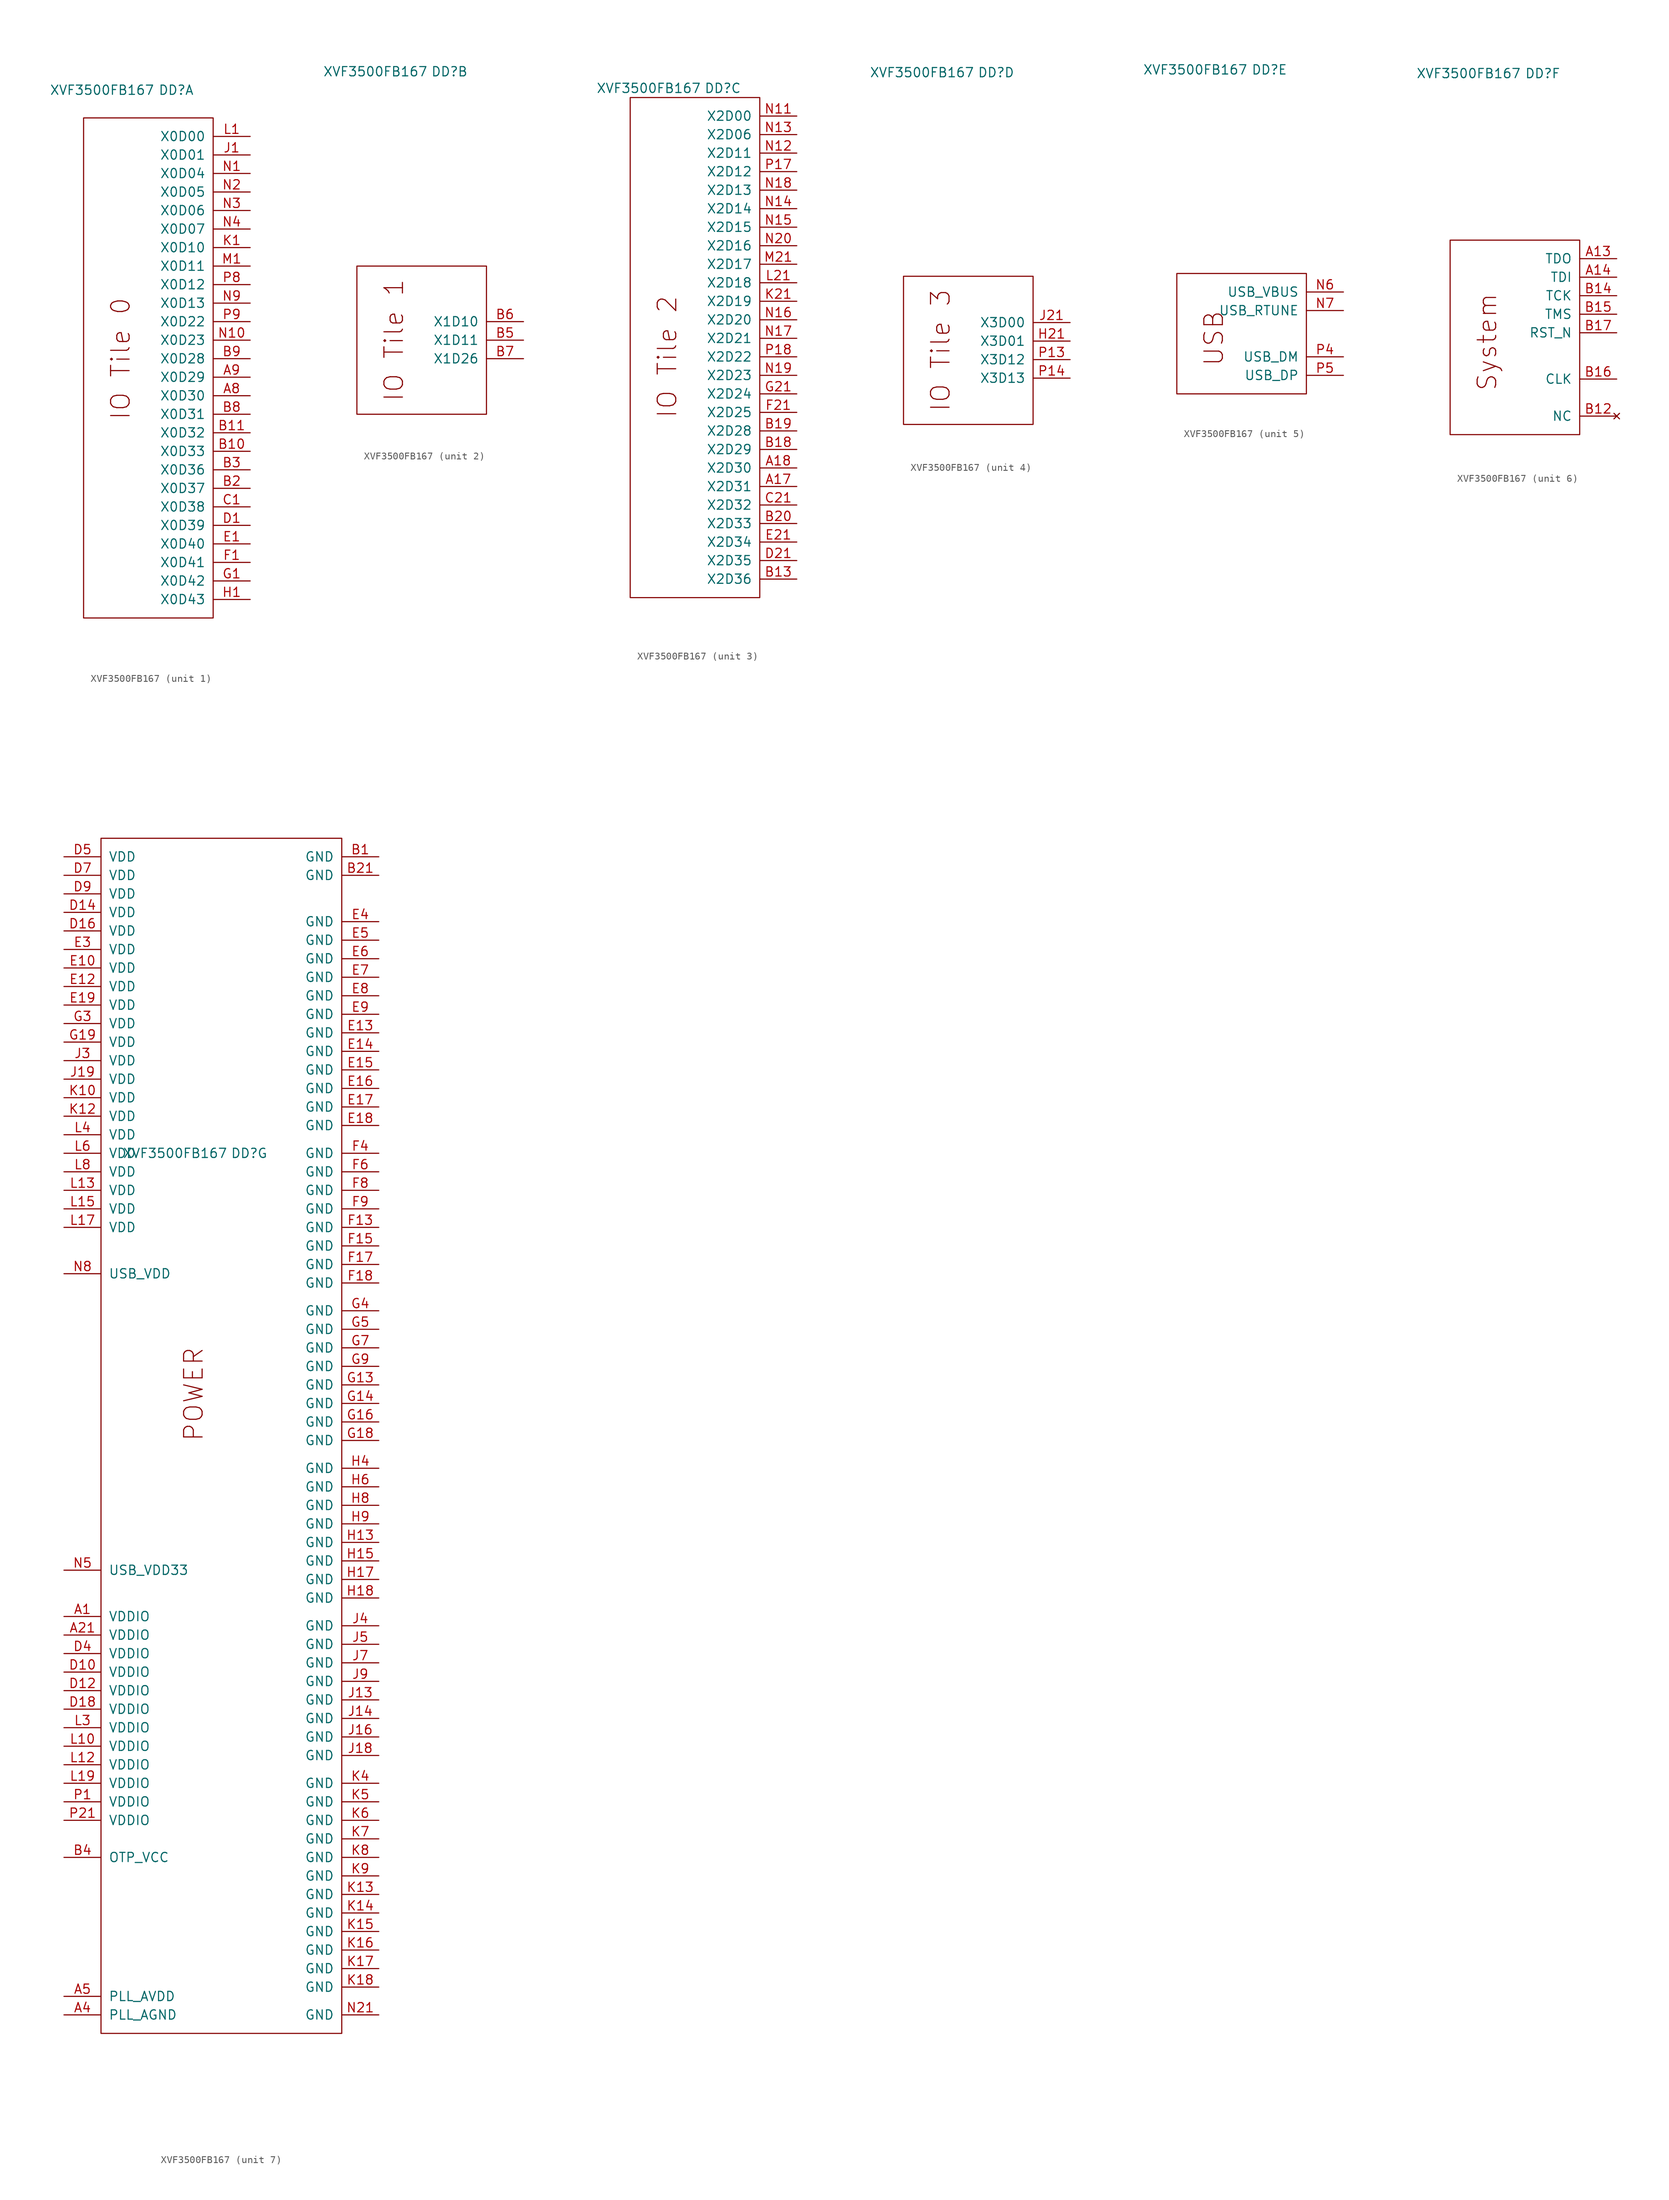
<source format=kicad_sym>
(kicad_symbol_lib
  (version 20231120)
  (generator "kicad_symbol_editor")
  (generator_version "8.0")
  (symbol "XVF3500FB167"
    (pin_names
      (offset 1.016))
    (property "Reference" "DD"
      (at 3.81 36.83 0)
      (effects (font (size 1.27 1.27))))
    (property "Value" "XVF3500FB167"
      (at -6.35 36.83 0)
      (effects (font (size 1.27 1.27))))
    (property "ki_locked" ""
      (at 0 0 0)
      (effects (font (size 1.27 1.27))))
    (symbol "XVF3500FB167_1_0"
      (text "IO Tile 0" (at -3.81 0 900) (effects (font (size 2.54 2.54)))))
    (symbol "XVF3500FB167_1_1"
      (rectangle (start 8.89 33.02) (end -8.89 -35.56) (stroke (width 0) (type default)) (fill (type none)))
      (pin passive line (at 13.97 -5.08 180) (length 5.08) (name "X0D30" (effects (font (size 1.27 1.27)))) (number "A8" (effects (font (size 1.27 1.27)))))
      (pin passive line (at 13.97 -2.54 180) (length 5.08) (name "X0D29" (effects (font (size 1.27 1.27)))) (number "A9" (effects (font (size 1.27 1.27)))))
      (pin passive line (at 13.97 -12.7 180) (length 5.08) (name "X0D33" (effects (font (size 1.27 1.27)))) (number "B10" (effects (font (size 1.27 1.27)))))
      (pin passive line (at 13.97 -10.16 180) (length 5.08) (name "X0D32" (effects (font (size 1.27 1.27)))) (number "B11" (effects (font (size 1.27 1.27)))))
      (pin passive line (at 13.97 -17.78 180) (length 5.08) (name "X0D37" (effects (font (size 1.27 1.27)))) (number "B2" (effects (font (size 1.27 1.27)))))
      (pin passive line (at 13.97 -15.24 180) (length 5.08) (name "X0D36" (effects (font (size 1.27 1.27)))) (number "B3" (effects (font (size 1.27 1.27)))))
      (pin passive line (at 13.97 -7.62 180) (length 5.08) (name "X0D31" (effects (font (size 1.27 1.27)))) (number "B8" (effects (font (size 1.27 1.27)))))
      (pin passive line (at 13.97 0 180) (length 5.08) (name "X0D28" (effects (font (size 1.27 1.27)))) (number "B9" (effects (font (size 1.27 1.27)))))
      (pin passive line (at 13.97 -20.32 180) (length 5.08) (name "X0D38" (effects (font (size 1.27 1.27)))) (number "C1" (effects (font (size 1.27 1.27)))))
      (pin passive line (at 13.97 -22.86 180) (length 5.08) (name "X0D39" (effects (font (size 1.27 1.27)))) (number "D1" (effects (font (size 1.27 1.27)))))
      (pin passive line (at 13.97 -25.4 180) (length 5.08) (name "X0D40" (effects (font (size 1.27 1.27)))) (number "E1" (effects (font (size 1.27 1.27)))))
      (pin passive line (at 13.97 -27.94 180) (length 5.08) (name "X0D41" (effects (font (size 1.27 1.27)))) (number "F1" (effects (font (size 1.27 1.27)))))
      (pin passive line (at 13.97 -30.48 180) (length 5.08) (name "X0D42" (effects (font (size 1.27 1.27)))) (number "G1" (effects (font (size 1.27 1.27)))))
      (pin passive line (at 13.97 -33.02 180) (length 5.08) (name "X0D43" (effects (font (size 1.27 1.27)))) (number "H1" (effects (font (size 1.27 1.27)))))
      (pin passive line (at 13.97 27.94 180) (length 5.08) (name "X0D01" (effects (font (size 1.27 1.27)))) (number "J1" (effects (font (size 1.27 1.27)))))
      (pin passive line (at 13.97 15.24 180) (length 5.08) (name "X0D10" (effects (font (size 1.27 1.27)))) (number "K1" (effects (font (size 1.27 1.27)))))
      (pin passive line (at 13.97 30.48 180) (length 5.08) (name "X0D00" (effects (font (size 1.27 1.27)))) (number "L1" (effects (font (size 1.27 1.27)))))
      (pin passive line (at 13.97 12.7 180) (length 5.08) (name "X0D11" (effects (font (size 1.27 1.27)))) (number "M1" (effects (font (size 1.27 1.27)))))
      (pin passive line (at 13.97 25.4 180) (length 5.08) (name "X0D04" (effects (font (size 1.27 1.27)))) (number "N1" (effects (font (size 1.27 1.27)))))
      (pin passive line (at 13.97 2.54 180) (length 5.08) (name "X0D23" (effects (font (size 1.27 1.27)))) (number "N10" (effects (font (size 1.27 1.27)))))
      (pin passive line (at 13.97 22.86 180) (length 5.08) (name "X0D05" (effects (font (size 1.27 1.27)))) (number "N2" (effects (font (size 1.27 1.27)))))
      (pin passive line (at 13.97 20.32 180) (length 5.08) (name "X0D06" (effects (font (size 1.27 1.27)))) (number "N3" (effects (font (size 1.27 1.27)))))
      (pin passive line (at 13.97 17.78 180) (length 5.08) (name "X0D07" (effects (font (size 1.27 1.27)))) (number "N4" (effects (font (size 1.27 1.27)))))
      (pin passive line (at 13.97 7.62 180) (length 5.08) (name "X0D13" (effects (font (size 1.27 1.27)))) (number "N9" (effects (font (size 1.27 1.27)))))
      (pin passive line (at 13.97 10.16 180) (length 5.08) (name "X0D12" (effects (font (size 1.27 1.27)))) (number "P8" (effects (font (size 1.27 1.27)))))
      (pin passive line (at 13.97 5.08 180) (length 5.08) (name "X0D22" (effects (font (size 1.27 1.27)))) (number "P9" (effects (font (size 1.27 1.27))))))
    (symbol "XVF3500FB167_2_1"
      (rectangle (start -8.89 10.16) (end 8.89 -10.16) (stroke (width 0) (type default)) (fill (type none)))
      (text "IO Tile 1" (at -3.81 0 900) (effects (font (size 2.54 2.54))))
      (pin passive line (at 13.97 0 180) (length 5.08) (name "X1D11" (effects (font (size 1.27 1.27)))) (number "B5" (effects (font (size 1.27 1.27)))))
      (pin passive line (at 13.97 2.54 180) (length 5.08) (name "X1D10" (effects (font (size 1.27 1.27)))) (number "B6" (effects (font (size 1.27 1.27)))))
      (pin passive line (at 13.97 -2.54 180) (length 5.08) (name "X1D26" (effects (font (size 1.27 1.27)))) (number "B7" (effects (font (size 1.27 1.27))))))
    (symbol "XVF3500FB167_3_1"
      (rectangle (start 8.89 35.56) (end -8.89 -33.02) (stroke (width 0) (type default)) (fill (type none)))
      (text "IO Tile 2" (at -3.81 0 900) (effects (font (size 2.54 2.54))))
      (pin passive line (at 13.97 -17.78 180) (length 5.08) (name "X2D31" (effects (font (size 1.27 1.27)))) (number "A17" (effects (font (size 1.27 1.27)))))
      (pin passive line (at 13.97 -15.24 180) (length 5.08) (name "X2D30" (effects (font (size 1.27 1.27)))) (number "A18" (effects (font (size 1.27 1.27)))))
      (pin passive line (at 13.97 -30.48 180) (length 5.08) (name "X2D36" (effects (font (size 1.27 1.27)))) (number "B13" (effects (font (size 1.27 1.27)))))
      (pin passive line (at 13.97 -12.7 180) (length 5.08) (name "X2D29" (effects (font (size 1.27 1.27)))) (number "B18" (effects (font (size 1.27 1.27)))))
      (pin passive line (at 13.97 -10.16 180) (length 5.08) (name "X2D28" (effects (font (size 1.27 1.27)))) (number "B19" (effects (font (size 1.27 1.27)))))
      (pin passive line (at 13.97 -22.86 180) (length 5.08) (name "X2D33" (effects (font (size 1.27 1.27)))) (number "B20" (effects (font (size 1.27 1.27)))))
      (pin passive line (at 13.97 -20.32 180) (length 5.08) (name "X2D32" (effects (font (size 1.27 1.27)))) (number "C21" (effects (font (size 1.27 1.27)))))
      (pin passive line (at 13.97 -27.94 180) (length 5.08) (name "X2D35" (effects (font (size 1.27 1.27)))) (number "D21" (effects (font (size 1.27 1.27)))))
      (pin passive line (at 13.97 -25.4 180) (length 5.08) (name "X2D34" (effects (font (size 1.27 1.27)))) (number "E21" (effects (font (size 1.27 1.27)))))
      (pin passive line (at 13.97 -7.62 180) (length 5.08) (name "X2D25" (effects (font (size 1.27 1.27)))) (number "F21" (effects (font (size 1.27 1.27)))))
      (pin passive line (at 13.97 -5.08 180) (length 5.08) (name "X2D24" (effects (font (size 1.27 1.27)))) (number "G21" (effects (font (size 1.27 1.27)))))
      (pin passive line (at 13.97 7.62 180) (length 5.08) (name "X2D19" (effects (font (size 1.27 1.27)))) (number "K21" (effects (font (size 1.27 1.27)))))
      (pin passive line (at 13.97 10.16 180) (length 5.08) (name "X2D18" (effects (font (size 1.27 1.27)))) (number "L21" (effects (font (size 1.27 1.27)))))
      (pin passive line (at 13.97 12.7 180) (length 5.08) (name "X2D17" (effects (font (size 1.27 1.27)))) (number "M21" (effects (font (size 1.27 1.27)))))
      (pin passive line (at 13.97 33.02 180) (length 5.08) (name "X2D00" (effects (font (size 1.27 1.27)))) (number "N11" (effects (font (size 1.27 1.27)))))
      (pin passive line (at 13.97 27.94 180) (length 5.08) (name "X2D11" (effects (font (size 1.27 1.27)))) (number "N12" (effects (font (size 1.27 1.27)))))
      (pin passive line (at 13.97 30.48 180) (length 5.08) (name "X2D06" (effects (font (size 1.27 1.27)))) (number "N13" (effects (font (size 1.27 1.27)))))
      (pin passive line (at 13.97 20.32 180) (length 5.08) (name "X2D14" (effects (font (size 1.27 1.27)))) (number "N14" (effects (font (size 1.27 1.27)))))
      (pin passive line (at 13.97 17.78 180) (length 5.08) (name "X2D15" (effects (font (size 1.27 1.27)))) (number "N15" (effects (font (size 1.27 1.27)))))
      (pin passive line (at 13.97 5.08 180) (length 5.08) (name "X2D20" (effects (font (size 1.27 1.27)))) (number "N16" (effects (font (size 1.27 1.27)))))
      (pin passive line (at 13.97 2.54 180) (length 5.08) (name "X2D21" (effects (font (size 1.27 1.27)))) (number "N17" (effects (font (size 1.27 1.27)))))
      (pin passive line (at 13.97 22.86 180) (length 5.08) (name "X2D13" (effects (font (size 1.27 1.27)))) (number "N18" (effects (font (size 1.27 1.27)))))
      (pin passive line (at 13.97 -2.54 180) (length 5.08) (name "X2D23" (effects (font (size 1.27 1.27)))) (number "N19" (effects (font (size 1.27 1.27)))))
      (pin passive line (at 13.97 15.24 180) (length 5.08) (name "X2D16" (effects (font (size 1.27 1.27)))) (number "N20" (effects (font (size 1.27 1.27)))))
      (pin passive line (at 13.97 25.4 180) (length 5.08) (name "X2D12" (effects (font (size 1.27 1.27)))) (number "P17" (effects (font (size 1.27 1.27)))))
      (pin passive line (at 13.97 0 180) (length 5.08) (name "X2D22" (effects (font (size 1.27 1.27)))) (number "P18" (effects (font (size 1.27 1.27))))))
    (symbol "XVF3500FB167_4_1"
      (rectangle (start -8.89 8.89) (end 8.89 -11.43) (stroke (width 0) (type default)) (fill (type none)))
      (text "IO Tile 3" (at -3.81 -1.27 900) (effects (font (size 2.54 2.54))))
      (pin passive line (at 13.97 0 180) (length 5.08) (name "X3D01" (effects (font (size 1.27 1.27)))) (number "H21" (effects (font (size 1.27 1.27)))))
      (pin passive line (at 13.97 2.54 180) (length 5.08) (name "X3D00" (effects (font (size 1.27 1.27)))) (number "J21" (effects (font (size 1.27 1.27)))))
      (pin passive line (at 13.97 -2.54 180) (length 5.08) (name "X3D12" (effects (font (size 1.27 1.27)))) (number "P13" (effects (font (size 1.27 1.27)))))
      (pin passive line (at 13.97 -5.08 180) (length 5.08) (name "X3D13" (effects (font (size 1.27 1.27)))) (number "P14" (effects (font (size 1.27 1.27))))))
    (symbol "XVF3500FB167_5_1"
      (rectangle (start -8.89 8.89) (end 8.89 -7.62) (stroke (width 0) (type default)) (fill (type none)))
      (text "USB" (at -3.81 0 900) (effects (font (size 2.54 2.54))))
      (pin passive line (at 13.97 6.35 180) (length 5.08) (name "USB_VBUS" (effects (font (size 1.27 1.27)))) (number "N6" (effects (font (size 1.27 1.27)))))
      (pin passive line (at 13.97 3.81 180) (length 5.08) (name "USB_RTUNE" (effects (font (size 1.27 1.27)))) (number "N7" (effects (font (size 1.27 1.27)))))
      (pin passive line (at 13.97 -2.54 180) (length 5.08) (name "USB_DM" (effects (font (size 1.27 1.27)))) (number "P4" (effects (font (size 1.27 1.27)))))
      (pin passive line (at 13.97 -5.08 180) (length 5.08) (name "USB_DP" (effects (font (size 1.27 1.27)))) (number "P5" (effects (font (size 1.27 1.27))))))
    (symbol "XVF3500FB167_6_0"
      (rectangle (start 8.89 13.97) (end -8.89 -12.7) (stroke (width 0) (type default)) (fill (type none)))
      (text "System" (at -3.81 0 900) (effects (font (size 2.54 2.54)))))
    (symbol "XVF3500FB167_6_1"
      (pin passive line (at 13.97 11.43 180) (length 5.08) (name "TDO" (effects (font (size 1.27 1.27)))) (number "A13" (effects (font (size 1.27 1.27)))))
      (pin passive line (at 13.97 8.89 180) (length 5.08) (name "TDI" (effects (font (size 1.27 1.27)))) (number "A14" (effects (font (size 1.27 1.27)))))
      (pin no_connect line (at 13.97 -10.16 180) (length 5.08) (name "NC" (effects (font (size 1.27 1.27)))) (number "B12" (effects (font (size 1.27 1.27)))))
      (pin passive line (at 13.97 6.35 180) (length 5.08) (name "TCK" (effects (font (size 1.27 1.27)))) (number "B14" (effects (font (size 1.27 1.27)))))
      (pin passive line (at 13.97 3.81 180) (length 5.08) (name "TMS" (effects (font (size 1.27 1.27)))) (number "B15" (effects (font (size 1.27 1.27)))))
      (pin passive line (at 13.97 -5.08 180) (length 5.08) (name "CLK" (effects (font (size 1.27 1.27)))) (number "B16" (effects (font (size 1.27 1.27)))))
      (pin passive line (at 13.97 1.27 180) (length 5.08) (name "RST_N" (effects (font (size 1.27 1.27)))) (number "B17" (effects (font (size 1.27 1.27))))))
    (symbol "XVF3500FB167_7_0"
      (text "POWER" (at -3.81 3.81 900) (effects (font (size 2.54 2.54)))))
    (symbol "XVF3500FB167_7_1"
      (rectangle (start 16.51 80.01) (end -16.51 -83.82) (stroke (width 0) (type default)) (fill (type none)))
      (pin power_in line (at -21.59 -26.67 0) (length 5.08) (name "VDDIO" (effects (font (size 1.27 1.27)))) (number "A1" (effects (font (size 1.27 1.27)))))
      (pin power_in line (at -21.59 -29.21 0) (length 5.08) (name "VDDIO" (effects (font (size 1.27 1.27)))) (number "A21" (effects (font (size 1.27 1.27)))))
      (pin power_in line (at -21.59 -81.28 0) (length 5.08) (name "PLL_AGND" (effects (font (size 1.27 1.27)))) (number "A4" (effects (font (size 1.27 1.27)))))
      (pin power_in line (at -21.59 -78.74 0) (length 5.08) (name "PLL_AVDD" (effects (font (size 1.27 1.27)))) (number "A5" (effects (font (size 1.27 1.27)))))
      (pin power_in line (at 21.59 77.47 180) (length 5.08) (name "GND" (effects (font (size 1.27 1.27)))) (number "B1" (effects (font (size 1.27 1.27)))))
      (pin power_in line (at 21.59 74.93 180) (length 5.08) (name "GND" (effects (font (size 1.27 1.27)))) (number "B21" (effects (font (size 1.27 1.27)))))
      (pin power_in line (at -21.59 -59.69 0) (length 5.08) (name "OTP_VCC" (effects (font (size 1.27 1.27)))) (number "B4" (effects (font (size 1.27 1.27)))))
      (pin power_in line (at -21.59 -34.29 0) (length 5.08) (name "VDDIO" (effects (font (size 1.27 1.27)))) (number "D10" (effects (font (size 1.27 1.27)))))
      (pin power_in line (at -21.59 -36.83 0) (length 5.08) (name "VDDIO" (effects (font (size 1.27 1.27)))) (number "D12" (effects (font (size 1.27 1.27)))))
      (pin power_in line (at -21.59 69.85 0) (length 5.08) (name "VDD" (effects (font (size 1.27 1.27)))) (number "D14" (effects (font (size 1.27 1.27)))))
      (pin power_in line (at -21.59 67.31 0) (length 5.08) (name "VDD" (effects (font (size 1.27 1.27)))) (number "D16" (effects (font (size 1.27 1.27)))))
      (pin power_in line (at -21.59 -39.37 0) (length 5.08) (name "VDDIO" (effects (font (size 1.27 1.27)))) (number "D18" (effects (font (size 1.27 1.27)))))
      (pin power_in line (at -21.59 -31.75 0) (length 5.08) (name "VDDIO" (effects (font (size 1.27 1.27)))) (number "D4" (effects (font (size 1.27 1.27)))))
      (pin power_in line (at -21.59 77.47 0) (length 5.08) (name "VDD" (effects (font (size 1.27 1.27)))) (number "D5" (effects (font (size 1.27 1.27)))))
      (pin power_in line (at -21.59 74.93 0) (length 5.08) (name "VDD" (effects (font (size 1.27 1.27)))) (number "D7" (effects (font (size 1.27 1.27)))))
      (pin power_in line (at -21.59 72.39 0) (length 5.08) (name "VDD" (effects (font (size 1.27 1.27)))) (number "D9" (effects (font (size 1.27 1.27)))))
      (pin power_in line (at -21.59 62.23 0) (length 5.08) (name "VDD" (effects (font (size 1.27 1.27)))) (number "E10" (effects (font (size 1.27 1.27)))))
      (pin power_in line (at -21.59 59.69 0) (length 5.08) (name "VDD" (effects (font (size 1.27 1.27)))) (number "E12" (effects (font (size 1.27 1.27)))))
      (pin power_in line (at 21.59 53.34 180) (length 5.08) (name "GND" (effects (font (size 1.27 1.27)))) (number "E13" (effects (font (size 1.27 1.27)))))
      (pin power_in line (at 21.59 50.8 180) (length 5.08) (name "GND" (effects (font (size 1.27 1.27)))) (number "E14" (effects (font (size 1.27 1.27)))))
      (pin power_in line (at 21.59 48.26 180) (length 5.08) (name "GND" (effects (font (size 1.27 1.27)))) (number "E15" (effects (font (size 1.27 1.27)))))
      (pin power_in line (at 21.59 45.72 180) (length 5.08) (name "GND" (effects (font (size 1.27 1.27)))) (number "E16" (effects (font (size 1.27 1.27)))))
      (pin power_in line (at 21.59 43.18 180) (length 5.08) (name "GND" (effects (font (size 1.27 1.27)))) (number "E17" (effects (font (size 1.27 1.27)))))
      (pin power_in line (at 21.59 40.64 180) (length 5.08) (name "GND" (effects (font (size 1.27 1.27)))) (number "E18" (effects (font (size 1.27 1.27)))))
      (pin power_in line (at -21.59 57.15 0) (length 5.08) (name "VDD" (effects (font (size 1.27 1.27)))) (number "E19" (effects (font (size 1.27 1.27)))))
      (pin power_in line (at -21.59 64.77 0) (length 5.08) (name "VDD" (effects (font (size 1.27 1.27)))) (number "E3" (effects (font (size 1.27 1.27)))))
      (pin power_in line (at 21.59 68.58 180) (length 5.08) (name "GND" (effects (font (size 1.27 1.27)))) (number "E4" (effects (font (size 1.27 1.27)))))
      (pin power_in line (at 21.59 66.04 180) (length 5.08) (name "GND" (effects (font (size 1.27 1.27)))) (number "E5" (effects (font (size 1.27 1.27)))))
      (pin power_in line (at 21.59 63.5 180) (length 5.08) (name "GND" (effects (font (size 1.27 1.27)))) (number "E6" (effects (font (size 1.27 1.27)))))
      (pin power_in line (at 21.59 60.96 180) (length 5.08) (name "GND" (effects (font (size 1.27 1.27)))) (number "E7" (effects (font (size 1.27 1.27)))))
      (pin power_in line (at 21.59 58.42 180) (length 5.08) (name "GND" (effects (font (size 1.27 1.27)))) (number "E8" (effects (font (size 1.27 1.27)))))
      (pin power_in line (at 21.59 55.88 180) (length 5.08) (name "GND" (effects (font (size 1.27 1.27)))) (number "E9" (effects (font (size 1.27 1.27)))))
      (pin power_in line (at 21.59 26.67 180) (length 5.08) (name "GND" (effects (font (size 1.27 1.27)))) (number "F13" (effects (font (size 1.27 1.27)))))
      (pin power_in line (at 21.59 24.13 180) (length 5.08) (name "GND" (effects (font (size 1.27 1.27)))) (number "F15" (effects (font (size 1.27 1.27)))))
      (pin power_in line (at 21.59 21.59 180) (length 5.08) (name "GND" (effects (font (size 1.27 1.27)))) (number "F17" (effects (font (size 1.27 1.27)))))
      (pin power_in line (at 21.59 19.05 180) (length 5.08) (name "GND" (effects (font (size 1.27 1.27)))) (number "F18" (effects (font (size 1.27 1.27)))))
      (pin power_in line (at 21.59 36.83 180) (length 5.08) (name "GND" (effects (font (size 1.27 1.27)))) (number "F4" (effects (font (size 1.27 1.27)))))
      (pin power_in line (at 21.59 34.29 180) (length 5.08) (name "GND" (effects (font (size 1.27 1.27)))) (number "F6" (effects (font (size 1.27 1.27)))))
      (pin power_in line (at 21.59 31.75 180) (length 5.08) (name "GND" (effects (font (size 1.27 1.27)))) (number "F8" (effects (font (size 1.27 1.27)))))
      (pin power_in line (at 21.59 29.21 180) (length 5.08) (name "GND" (effects (font (size 1.27 1.27)))) (number "F9" (effects (font (size 1.27 1.27)))))
      (pin power_in line (at 21.59 5.08 180) (length 5.08) (name "GND" (effects (font (size 1.27 1.27)))) (number "G13" (effects (font (size 1.27 1.27)))))
      (pin power_in line (at 21.59 2.54 180) (length 5.08) (name "GND" (effects (font (size 1.27 1.27)))) (number "G14" (effects (font (size 1.27 1.27)))))
      (pin power_in line (at 21.59 0 180) (length 5.08) (name "GND" (effects (font (size 1.27 1.27)))) (number "G16" (effects (font (size 1.27 1.27)))))
      (pin power_in line (at 21.59 -2.54 180) (length 5.08) (name "GND" (effects (font (size 1.27 1.27)))) (number "G18" (effects (font (size 1.27 1.27)))))
      (pin power_in line (at -21.59 52.07 0) (length 5.08) (name "VDD" (effects (font (size 1.27 1.27)))) (number "G19" (effects (font (size 1.27 1.27)))))
      (pin power_in line (at -21.59 54.61 0) (length 5.08) (name "VDD" (effects (font (size 1.27 1.27)))) (number "G3" (effects (font (size 1.27 1.27)))))
      (pin power_in line (at 21.59 15.24 180) (length 5.08) (name "GND" (effects (font (size 1.27 1.27)))) (number "G4" (effects (font (size 1.27 1.27)))))
      (pin power_in line (at 21.59 12.7 180) (length 5.08) (name "GND" (effects (font (size 1.27 1.27)))) (number "G5" (effects (font (size 1.27 1.27)))))
      (pin power_in line (at 21.59 10.16 180) (length 5.08) (name "GND" (effects (font (size 1.27 1.27)))) (number "G7" (effects (font (size 1.27 1.27)))))
      (pin power_in line (at 21.59 7.62 180) (length 5.08) (name "GND" (effects (font (size 1.27 1.27)))) (number "G9" (effects (font (size 1.27 1.27)))))
      (pin power_in line (at 21.59 -16.51 180) (length 5.08) (name "GND" (effects (font (size 1.27 1.27)))) (number "H13" (effects (font (size 1.27 1.27)))))
      (pin power_in line (at 21.59 -19.05 180) (length 5.08) (name "GND" (effects (font (size 1.27 1.27)))) (number "H15" (effects (font (size 1.27 1.27)))))
      (pin power_in line (at 21.59 -21.59 180) (length 5.08) (name "GND" (effects (font (size 1.27 1.27)))) (number "H17" (effects (font (size 1.27 1.27)))))
      (pin power_in line (at 21.59 -24.13 180) (length 5.08) (name "GND" (effects (font (size 1.27 1.27)))) (number "H18" (effects (font (size 1.27 1.27)))))
      (pin power_in line (at 21.59 -6.35 180) (length 5.08) (name "GND" (effects (font (size 1.27 1.27)))) (number "H4" (effects (font (size 1.27 1.27)))))
      (pin power_in line (at 21.59 -8.89 180) (length 5.08) (name "GND" (effects (font (size 1.27 1.27)))) (number "H6" (effects (font (size 1.27 1.27)))))
      (pin power_in line (at 21.59 -11.43 180) (length 5.08) (name "GND" (effects (font (size 1.27 1.27)))) (number "H8" (effects (font (size 1.27 1.27)))))
      (pin power_in line (at 21.59 -13.97 180) (length 5.08) (name "GND" (effects (font (size 1.27 1.27)))) (number "H9" (effects (font (size 1.27 1.27)))))
      (pin power_in line (at 21.59 -38.1 180) (length 5.08) (name "GND" (effects (font (size 1.27 1.27)))) (number "J13" (effects (font (size 1.27 1.27)))))
      (pin power_in line (at 21.59 -40.64 180) (length 5.08) (name "GND" (effects (font (size 1.27 1.27)))) (number "J14" (effects (font (size 1.27 1.27)))))
      (pin power_in line (at 21.59 -43.18 180) (length 5.08) (name "GND" (effects (font (size 1.27 1.27)))) (number "J16" (effects (font (size 1.27 1.27)))))
      (pin power_in line (at 21.59 -45.72 180) (length 5.08) (name "GND" (effects (font (size 1.27 1.27)))) (number "J18" (effects (font (size 1.27 1.27)))))
      (pin power_in line (at -21.59 46.99 0) (length 5.08) (name "VDD" (effects (font (size 1.27 1.27)))) (number "J19" (effects (font (size 1.27 1.27)))))
      (pin power_in line (at -21.59 49.53 0) (length 5.08) (name "VDD" (effects (font (size 1.27 1.27)))) (number "J3" (effects (font (size 1.27 1.27)))))
      (pin power_in line (at 21.59 -27.94 180) (length 5.08) (name "GND" (effects (font (size 1.27 1.27)))) (number "J4" (effects (font (size 1.27 1.27)))))
      (pin power_in line (at 21.59 -30.48 180) (length 5.08) (name "GND" (effects (font (size 1.27 1.27)))) (number "J5" (effects (font (size 1.27 1.27)))))
      (pin power_in line (at 21.59 -33.02 180) (length 5.08) (name "GND" (effects (font (size 1.27 1.27)))) (number "J7" (effects (font (size 1.27 1.27)))))
      (pin power_in line (at 21.59 -35.56 180) (length 5.08) (name "GND" (effects (font (size 1.27 1.27)))) (number "J9" (effects (font (size 1.27 1.27)))))
      (pin power_in line (at -21.59 44.45 0) (length 5.08) (name "VDD" (effects (font (size 1.27 1.27)))) (number "K10" (effects (font (size 1.27 1.27)))))
      (pin power_in line (at -21.59 41.91 0) (length 5.08) (name "VDD" (effects (font (size 1.27 1.27)))) (number "K12" (effects (font (size 1.27 1.27)))))
      (pin power_in line (at 21.59 -64.77 180) (length 5.08) (name "GND" (effects (font (size 1.27 1.27)))) (number "K13" (effects (font (size 1.27 1.27)))))
      (pin power_in line (at 21.59 -67.31 180) (length 5.08) (name "GND" (effects (font (size 1.27 1.27)))) (number "K14" (effects (font (size 1.27 1.27)))))
      (pin power_in line (at 21.59 -69.85 180) (length 5.08) (name "GND" (effects (font (size 1.27 1.27)))) (number "K15" (effects (font (size 1.27 1.27)))))
      (pin power_in line (at 21.59 -72.39 180) (length 5.08) (name "GND" (effects (font (size 1.27 1.27)))) (number "K16" (effects (font (size 1.27 1.27)))))
      (pin power_in line (at 21.59 -74.93 180) (length 5.08) (name "GND" (effects (font (size 1.27 1.27)))) (number "K17" (effects (font (size 1.27 1.27)))))
      (pin power_in line (at 21.59 -77.47 180) (length 5.08) (name "GND" (effects (font (size 1.27 1.27)))) (number "K18" (effects (font (size 1.27 1.27)))))
      (pin power_in line (at 21.59 -49.53 180) (length 5.08) (name "GND" (effects (font (size 1.27 1.27)))) (number "K4" (effects (font (size 1.27 1.27)))))
      (pin power_in line (at 21.59 -52.07 180) (length 5.08) (name "GND" (effects (font (size 1.27 1.27)))) (number "K5" (effects (font (size 1.27 1.27)))))
      (pin power_in line (at 21.59 -54.61 180) (length 5.08) (name "GND" (effects (font (size 1.27 1.27)))) (number "K6" (effects (font (size 1.27 1.27)))))
      (pin power_in line (at 21.59 -57.15 180) (length 5.08) (name "GND" (effects (font (size 1.27 1.27)))) (number "K7" (effects (font (size 1.27 1.27)))))
      (pin power_in line (at 21.59 -59.69 180) (length 5.08) (name "GND" (effects (font (size 1.27 1.27)))) (number "K8" (effects (font (size 1.27 1.27)))))
      (pin power_in line (at 21.59 -62.23 180) (length 5.08) (name "GND" (effects (font (size 1.27 1.27)))) (number "K9" (effects (font (size 1.27 1.27)))))
      (pin power_in line (at -21.59 -44.45 0) (length 5.08) (name "VDDIO" (effects (font (size 1.27 1.27)))) (number "L10" (effects (font (size 1.27 1.27)))))
      (pin power_in line (at -21.59 -46.99 0) (length 5.08) (name "VDDIO" (effects (font (size 1.27 1.27)))) (number "L12" (effects (font (size 1.27 1.27)))))
      (pin power_in line (at -21.59 31.75 0) (length 5.08) (name "VDD" (effects (font (size 1.27 1.27)))) (number "L13" (effects (font (size 1.27 1.27)))))
      (pin power_in line (at -21.59 29.21 0) (length 5.08) (name "VDD" (effects (font (size 1.27 1.27)))) (number "L15" (effects (font (size 1.27 1.27)))))
      (pin power_in line (at -21.59 26.67 0) (length 5.08) (name "VDD" (effects (font (size 1.27 1.27)))) (number "L17" (effects (font (size 1.27 1.27)))))
      (pin power_in line (at -21.59 -49.53 0) (length 5.08) (name "VDDIO" (effects (font (size 1.27 1.27)))) (number "L19" (effects (font (size 1.27 1.27)))))
      (pin power_in line (at -21.59 -41.91 0) (length 5.08) (name "VDDIO" (effects (font (size 1.27 1.27)))) (number "L3" (effects (font (size 1.27 1.27)))))
      (pin power_in line (at -21.59 39.37 0) (length 5.08) (name "VDD" (effects (font (size 1.27 1.27)))) (number "L4" (effects (font (size 1.27 1.27)))))
      (pin power_in line (at -21.59 36.83 0) (length 5.08) (name "VDD" (effects (font (size 1.27 1.27)))) (number "L6" (effects (font (size 1.27 1.27)))))
      (pin power_in line (at -21.59 34.29 0) (length 5.08) (name "VDD" (effects (font (size 1.27 1.27)))) (number "L8" (effects (font (size 1.27 1.27)))))
      (pin power_in line (at 21.59 -81.28 180) (length 5.08) (name "GND" (effects (font (size 1.27 1.27)))) (number "N21" (effects (font (size 1.27 1.27)))))
      (pin power_in line (at -21.59 -20.32 0) (length 5.08) (name "USB_VDD33" (effects (font (size 1.27 1.27)))) (number "N5" (effects (font (size 1.27 1.27)))))
      (pin power_in line (at -21.59 20.32 0) (length 5.08) (name "USB_VDD" (effects (font (size 1.27 1.27)))) (number "N8" (effects (font (size 1.27 1.27)))))
      (pin power_in line (at -21.59 -52.07 0) (length 5.08) (name "VDDIO" (effects (font (size 1.27 1.27)))) (number "P1" (effects (font (size 1.27 1.27)))))
      (pin power_in line (at -21.59 -54.61 0) (length 5.08) (name "VDDIO" (effects (font (size 1.27 1.27)))) (number "P21" (effects (font (size 1.27 1.27))))))))
</source>
